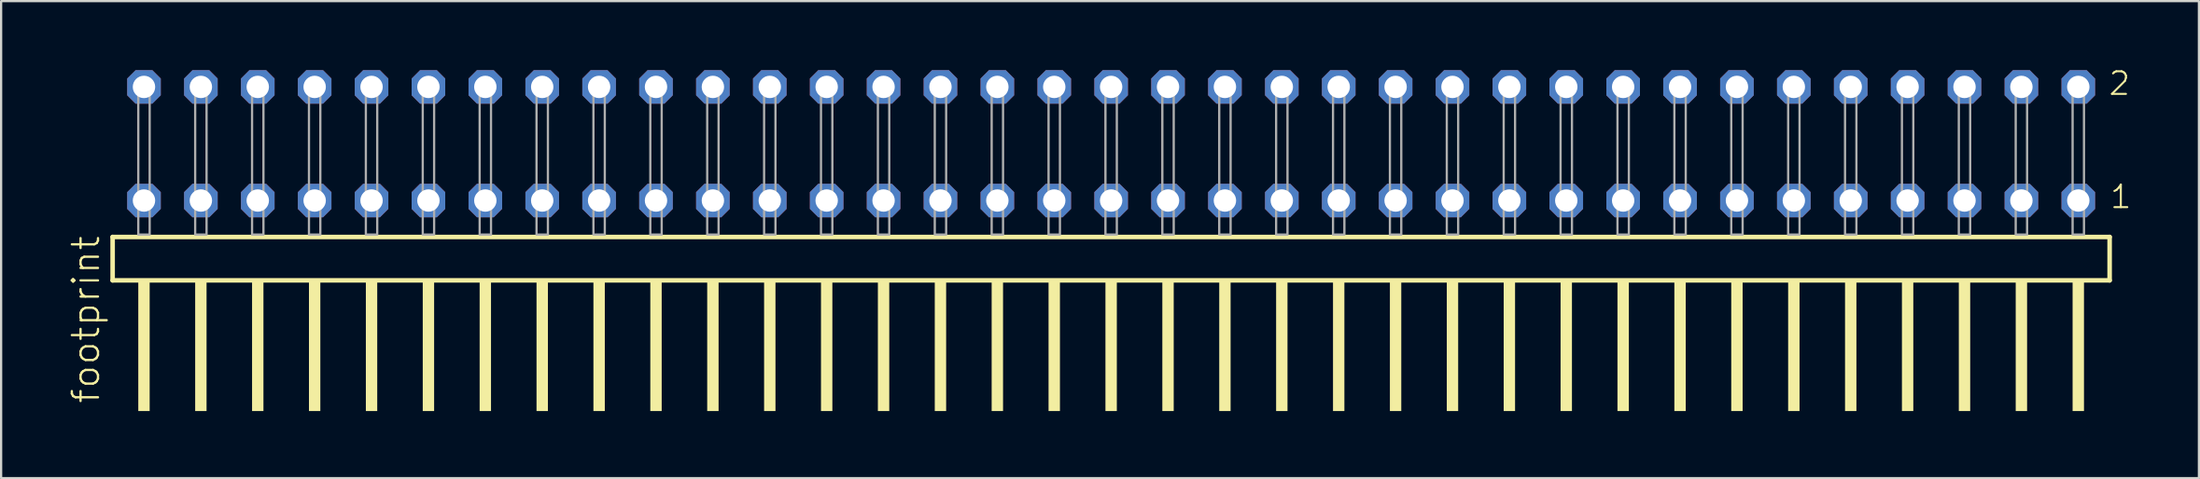
<source format=kicad_pcb>
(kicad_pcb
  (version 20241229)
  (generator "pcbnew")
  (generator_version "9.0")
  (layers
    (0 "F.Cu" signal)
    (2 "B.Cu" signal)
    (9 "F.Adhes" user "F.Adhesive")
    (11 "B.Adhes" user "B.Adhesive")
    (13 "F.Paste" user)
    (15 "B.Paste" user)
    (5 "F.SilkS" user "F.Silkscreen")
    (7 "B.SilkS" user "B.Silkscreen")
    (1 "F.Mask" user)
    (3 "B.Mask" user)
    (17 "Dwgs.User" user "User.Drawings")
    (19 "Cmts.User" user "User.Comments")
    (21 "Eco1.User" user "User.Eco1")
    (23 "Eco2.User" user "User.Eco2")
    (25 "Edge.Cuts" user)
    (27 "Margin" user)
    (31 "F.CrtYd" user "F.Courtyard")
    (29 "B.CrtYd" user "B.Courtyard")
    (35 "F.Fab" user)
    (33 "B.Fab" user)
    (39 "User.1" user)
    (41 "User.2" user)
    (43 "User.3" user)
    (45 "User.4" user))
  (footprint "footprint"
    (layer "F.Cu")
    (at 46.558 7.441)
    (property "Reference" "footprint" (at -45.085 7.62 90) (layer "F.SilkS") (effects (font (size 1.168 1.168) (thickness 0.102)) (justify left bottom)))
    (fp_line (start -44.579 0.106) (end -44.579 2.046) (stroke (width 0.203) (type solid)) (layer "F.SilkS"))
    (fp_line (start -44.579 2.046) (end 44.579 2.046) (stroke (width 0.203) (type solid)) (layer "F.SilkS"))
    (fp_line (start 44.579 0.106) (end -44.579 0.106) (stroke (width 0.203) (type solid)) (layer "F.SilkS"))
    (fp_line (start 44.579 2.046) (end 44.579 0.106) (stroke (width 0.203) (type solid)) (layer "F.SilkS"))
    (fp_poly (pts (xy -43.434 7.89) (xy -42.926 7.89) (xy -42.926 2.04) (xy -43.434 2.04)) (stroke (width 0) (type solid)) (fill yes) (layer "F.SilkS"))
    (fp_poly (pts (xy -40.894 7.89) (xy -40.386 7.89) (xy -40.386 2.04) (xy -40.894 2.04)) (stroke (width 0) (type solid)) (fill yes) (layer "F.SilkS"))
    (fp_poly (pts (xy -38.354 7.89) (xy -37.846 7.89) (xy -37.846 2.04) (xy -38.354 2.04)) (stroke (width 0) (type solid)) (fill yes) (layer "F.SilkS"))
    (fp_poly (pts (xy -35.814 7.89) (xy -35.306 7.89) (xy -35.306 2.04) (xy -35.814 2.04)) (stroke (width 0) (type solid)) (fill yes) (layer "F.SilkS"))
    (fp_poly (pts (xy -33.274 7.89) (xy -32.766 7.89) (xy -32.766 2.04) (xy -33.274 2.04)) (stroke (width 0) (type solid)) (fill yes) (layer "F.SilkS"))
    (fp_poly (pts (xy -30.734 7.89) (xy -30.226 7.89) (xy -30.226 2.04) (xy -30.734 2.04)) (stroke (width 0) (type solid)) (fill yes) (layer "F.SilkS"))
    (fp_poly (pts (xy -28.194 7.89) (xy -27.686 7.89) (xy -27.686 2.04) (xy -28.194 2.04)) (stroke (width 0) (type solid)) (fill yes) (layer "F.SilkS"))
    (fp_poly (pts (xy -25.654 7.89) (xy -25.146 7.89) (xy -25.146 2.04) (xy -25.654 2.04)) (stroke (width 0) (type solid)) (fill yes) (layer "F.SilkS"))
    (fp_poly (pts (xy -23.114 7.89) (xy -22.606 7.89) (xy -22.606 2.04) (xy -23.114 2.04)) (stroke (width 0) (type solid)) (fill yes) (layer "F.SilkS"))
    (fp_poly (pts (xy -20.574 7.89) (xy -20.066 7.89) (xy -20.066 2.04) (xy -20.574 2.04)) (stroke (width 0) (type solid)) (fill yes) (layer "F.SilkS"))
    (fp_poly (pts (xy -18.034 7.89) (xy -17.526 7.89) (xy -17.526 2.04) (xy -18.034 2.04)) (stroke (width 0) (type solid)) (fill yes) (layer "F.SilkS"))
    (fp_poly (pts (xy -15.494 7.89) (xy -14.986 7.89) (xy -14.986 2.04) (xy -15.494 2.04)) (stroke (width 0) (type solid)) (fill yes) (layer "F.SilkS"))
    (fp_poly (pts (xy -12.954 7.89) (xy -12.446 7.89) (xy -12.446 2.04) (xy -12.954 2.04)) (stroke (width 0) (type solid)) (fill yes) (layer "F.SilkS"))
    (fp_poly (pts (xy -10.414 7.89) (xy -9.906 7.89) (xy -9.906 2.04) (xy -10.414 2.04)) (stroke (width 0) (type solid)) (fill yes) (layer "F.SilkS"))
    (fp_poly (pts (xy -7.874 7.89) (xy -7.366 7.89) (xy -7.366 2.04) (xy -7.874 2.04)) (stroke (width 0) (type solid)) (fill yes) (layer "F.SilkS"))
    (fp_poly (pts (xy -5.334 7.89) (xy -4.826 7.89) (xy -4.826 2.04) (xy -5.334 2.04)) (stroke (width 0) (type solid)) (fill yes) (layer "F.SilkS"))
    (fp_poly (pts (xy -2.794 7.89) (xy -2.286 7.89) (xy -2.286 2.04) (xy -2.794 2.04)) (stroke (width 0) (type solid)) (fill yes) (layer "F.SilkS"))
    (fp_poly (pts (xy -0.254 7.89) (xy 0.254 7.89) (xy 0.254 2.04) (xy -0.254 2.04)) (stroke (width 0) (type solid)) (fill yes) (layer "F.SilkS"))
    (fp_poly (pts (xy 2.286 7.89) (xy 2.794 7.89) (xy 2.794 2.04) (xy 2.286 2.04)) (stroke (width 0) (type solid)) (fill yes) (layer "F.SilkS"))
    (fp_poly (pts (xy 4.826 7.89) (xy 5.334 7.89) (xy 5.334 2.04) (xy 4.826 2.04)) (stroke (width 0) (type solid)) (fill yes) (layer "F.SilkS"))
    (fp_poly (pts (xy 7.366 7.89) (xy 7.874 7.89) (xy 7.874 2.04) (xy 7.366 2.04)) (stroke (width 0) (type solid)) (fill yes) (layer "F.SilkS"))
    (fp_poly (pts (xy 9.906 7.89) (xy 10.414 7.89) (xy 10.414 2.04) (xy 9.906 2.04)) (stroke (width 0) (type solid)) (fill yes) (layer "F.SilkS"))
    (fp_poly (pts (xy 12.446 7.89) (xy 12.954 7.89) (xy 12.954 2.04) (xy 12.446 2.04)) (stroke (width 0) (type solid)) (fill yes) (layer "F.SilkS"))
    (fp_poly (pts (xy 14.986 7.89) (xy 15.494 7.89) (xy 15.494 2.04) (xy 14.986 2.04)) (stroke (width 0) (type solid)) (fill yes) (layer "F.SilkS"))
    (fp_poly (pts (xy 17.526 7.89) (xy 18.034 7.89) (xy 18.034 2.04) (xy 17.526 2.04)) (stroke (width 0) (type solid)) (fill yes) (layer "F.SilkS"))
    (fp_poly (pts (xy 20.066 7.89) (xy 20.574 7.89) (xy 20.574 2.04) (xy 20.066 2.04)) (stroke (width 0) (type solid)) (fill yes) (layer "F.SilkS"))
    (fp_poly (pts (xy 22.606 7.89) (xy 23.114 7.89) (xy 23.114 2.04) (xy 22.606 2.04)) (stroke (width 0) (type solid)) (fill yes) (layer "F.SilkS"))
    (fp_poly (pts (xy 25.146 7.89) (xy 25.654 7.89) (xy 25.654 2.04) (xy 25.146 2.04)) (stroke (width 0) (type solid)) (fill yes) (layer "F.SilkS"))
    (fp_poly (pts (xy 27.686 7.89) (xy 28.194 7.89) (xy 28.194 2.04) (xy 27.686 2.04)) (stroke (width 0) (type solid)) (fill yes) (layer "F.SilkS"))
    (fp_poly (pts (xy 30.226 7.89) (xy 30.734 7.89) (xy 30.734 2.04) (xy 30.226 2.04)) (stroke (width 0) (type solid)) (fill yes) (layer "F.SilkS"))
    (fp_poly (pts (xy 32.766 7.89) (xy 33.274 7.89) (xy 33.274 2.04) (xy 32.766 2.04)) (stroke (width 0) (type solid)) (fill yes) (layer "F.SilkS"))
    (fp_poly (pts (xy 35.306 7.89) (xy 35.814 7.89) (xy 35.814 2.04) (xy 35.306 2.04)) (stroke (width 0) (type solid)) (fill yes) (layer "F.SilkS"))
    (fp_poly (pts (xy 37.846 7.89) (xy 38.354 7.89) (xy 38.354 2.04) (xy 37.846 2.04)) (stroke (width 0) (type solid)) (fill yes) (layer "F.SilkS"))
    (fp_poly (pts (xy 40.386 7.89) (xy 40.894 7.89) (xy 40.894 2.04) (xy 40.386 2.04)) (stroke (width 0) (type solid)) (fill yes) (layer "F.SilkS"))
    (fp_poly (pts (xy 42.926 7.89) (xy 43.434 7.89) (xy 43.434 2.04) (xy 42.926 2.04)) (stroke (width 0) (type solid)) (fill yes) (layer "F.SilkS"))
    (fp_poly (pts (xy -43.434 0) (xy -42.926 0) (xy -42.926 -6.858) (xy -43.434 -6.858)) (stroke (width 0.1) (type solid)) (fill no) (layer "F.Fab"))
    (fp_poly (pts (xy -40.894 0) (xy -40.386 0) (xy -40.386 -6.858) (xy -40.894 -6.858)) (stroke (width 0.1) (type solid)) (fill no) (layer "F.Fab"))
    (fp_poly (pts (xy -38.354 0) (xy -37.846 0) (xy -37.846 -6.858) (xy -38.354 -6.858)) (stroke (width 0.1) (type solid)) (fill no) (layer "F.Fab"))
    (fp_poly (pts (xy -35.814 0) (xy -35.306 0) (xy -35.306 -6.858) (xy -35.814 -6.858)) (stroke (width 0.1) (type solid)) (fill no) (layer "F.Fab"))
    (fp_poly (pts (xy -33.274 0) (xy -32.766 0) (xy -32.766 -6.858) (xy -33.274 -6.858)) (stroke (width 0.1) (type solid)) (fill no) (layer "F.Fab"))
    (fp_poly (pts (xy -30.734 0) (xy -30.226 0) (xy -30.226 -6.858) (xy -30.734 -6.858)) (stroke (width 0.1) (type solid)) (fill no) (layer "F.Fab"))
    (fp_poly (pts (xy -28.194 0) (xy -27.686 0) (xy -27.686 -6.858) (xy -28.194 -6.858)) (stroke (width 0.1) (type solid)) (fill no) (layer "F.Fab"))
    (fp_poly (pts (xy -25.654 0) (xy -25.146 0) (xy -25.146 -6.858) (xy -25.654 -6.858)) (stroke (width 0.1) (type solid)) (fill no) (layer "F.Fab"))
    (fp_poly (pts (xy -23.114 0) (xy -22.606 0) (xy -22.606 -6.858) (xy -23.114 -6.858)) (stroke (width 0.1) (type solid)) (fill no) (layer "F.Fab"))
    (fp_poly (pts (xy -20.574 0) (xy -20.066 0) (xy -20.066 -6.858) (xy -20.574 -6.858)) (stroke (width 0.1) (type solid)) (fill no) (layer "F.Fab"))
    (fp_poly (pts (xy -18.034 0) (xy -17.526 0) (xy -17.526 -6.858) (xy -18.034 -6.858)) (stroke (width 0.1) (type solid)) (fill no) (layer "F.Fab"))
    (fp_poly (pts (xy -15.494 0) (xy -14.986 0) (xy -14.986 -6.858) (xy -15.494 -6.858)) (stroke (width 0.1) (type solid)) (fill no) (layer "F.Fab"))
    (fp_poly (pts (xy -12.954 0) (xy -12.446 0) (xy -12.446 -6.858) (xy -12.954 -6.858)) (stroke (width 0.1) (type solid)) (fill no) (layer "F.Fab"))
    (fp_poly (pts (xy -10.414 0) (xy -9.906 0) (xy -9.906 -6.858) (xy -10.414 -6.858)) (stroke (width 0.1) (type solid)) (fill no) (layer "F.Fab"))
    (fp_poly (pts (xy -7.874 0) (xy -7.366 0) (xy -7.366 -6.858) (xy -7.874 -6.858)) (stroke (width 0.1) (type solid)) (fill no) (layer "F.Fab"))
    (fp_poly (pts (xy -5.334 0) (xy -4.826 0) (xy -4.826 -6.858) (xy -5.334 -6.858)) (stroke (width 0.1) (type solid)) (fill no) (layer "F.Fab"))
    (fp_poly (pts (xy -2.794 0) (xy -2.286 0) (xy -2.286 -6.858) (xy -2.794 -6.858)) (stroke (width 0.1) (type solid)) (fill no) (layer "F.Fab"))
    (fp_poly (pts (xy -0.254 0) (xy 0.254 0) (xy 0.254 -6.858) (xy -0.254 -6.858)) (stroke (width 0.1) (type solid)) (fill no) (layer "F.Fab"))
    (fp_poly (pts (xy 2.286 0) (xy 2.794 0) (xy 2.794 -6.858) (xy 2.286 -6.858)) (stroke (width 0.1) (type solid)) (fill no) (layer "F.Fab"))
    (fp_poly (pts (xy 4.826 0) (xy 5.334 0) (xy 5.334 -6.858) (xy 4.826 -6.858)) (stroke (width 0.1) (type solid)) (fill no) (layer "F.Fab"))
    (fp_poly (pts (xy 7.366 0) (xy 7.874 0) (xy 7.874 -6.858) (xy 7.366 -6.858)) (stroke (width 0.1) (type solid)) (fill no) (layer "F.Fab"))
    (fp_poly (pts (xy 9.906 0) (xy 10.414 0) (xy 10.414 -6.858) (xy 9.906 -6.858)) (stroke (width 0.1) (type solid)) (fill no) (layer "F.Fab"))
    (fp_poly (pts (xy 12.446 0) (xy 12.954 0) (xy 12.954 -6.858) (xy 12.446 -6.858)) (stroke (width 0.1) (type solid)) (fill no) (layer "F.Fab"))
    (fp_poly (pts (xy 14.986 0) (xy 15.494 0) (xy 15.494 -6.858) (xy 14.986 -6.858)) (stroke (width 0.1) (type solid)) (fill no) (layer "F.Fab"))
    (fp_poly (pts (xy 17.526 0) (xy 18.034 0) (xy 18.034 -6.858) (xy 17.526 -6.858)) (stroke (width 0.1) (type solid)) (fill no) (layer "F.Fab"))
    (fp_poly (pts (xy 20.066 0) (xy 20.574 0) (xy 20.574 -6.858) (xy 20.066 -6.858)) (stroke (width 0.1) (type solid)) (fill no) (layer "F.Fab"))
    (fp_poly (pts (xy 22.606 0) (xy 23.114 0) (xy 23.114 -6.858) (xy 22.606 -6.858)) (stroke (width 0.1) (type solid)) (fill no) (layer "F.Fab"))
    (fp_poly (pts (xy 25.146 0) (xy 25.654 0) (xy 25.654 -6.858) (xy 25.146 -6.858)) (stroke (width 0.1) (type solid)) (fill no) (layer "F.Fab"))
    (fp_poly (pts (xy 27.686 0) (xy 28.194 0) (xy 28.194 -6.858) (xy 27.686 -6.858)) (stroke (width 0.1) (type solid)) (fill no) (layer "F.Fab"))
    (fp_poly (pts (xy 30.226 0) (xy 30.734 0) (xy 30.734 -6.858) (xy 30.226 -6.858)) (stroke (width 0.1) (type solid)) (fill no) (layer "F.Fab"))
    (fp_poly (pts (xy 32.766 0) (xy 33.274 0) (xy 33.274 -6.858) (xy 32.766 -6.858)) (stroke (width 0.1) (type solid)) (fill no) (layer "F.Fab"))
    (fp_poly (pts (xy 35.306 0) (xy 35.814 0) (xy 35.814 -6.858) (xy 35.306 -6.858)) (stroke (width 0.1) (type solid)) (fill no) (layer "F.Fab"))
    (fp_poly (pts (xy 37.846 0) (xy 38.354 0) (xy 38.354 -6.858) (xy 37.846 -6.858)) (stroke (width 0.1) (type solid)) (fill no) (layer "F.Fab"))
    (fp_poly (pts (xy 40.386 0) (xy 40.894 0) (xy 40.894 -6.858) (xy 40.386 -6.858)) (stroke (width 0.1) (type solid)) (fill no) (layer "F.Fab"))
    (fp_poly (pts (xy 42.926 0) (xy 43.434 0) (xy 43.434 -6.858) (xy 42.926 -6.858)) (stroke (width 0.1) (type solid)) (fill no) (layer "F.Fab"))
    (fp_text user "2" (at 44.48 -6.165 0) (layer "F.SilkS") (effects (font (size 1.012 1.012) (thickness 0.088)) (justify left bottom)))
    (fp_text user "1" (at 44.54 -1.1 0) (layer "F.SilkS") (effects (font (size 1.012 1.012) (thickness 0.088)) (justify left bottom)))
    (pad "1" thru_hole roundrect (at 43.18 -1.524 180) (size 1.5 1.5) (drill 1) (layers "*.Cu" "*.Mask") (roundrect_rratio 0.25) (chamfer_ratio 0.25) (chamfer top_left top_right bottom_left bottom_right))
    (pad "2" thru_hole roundrect (at 43.18 -6.604 180) (size 1.5 1.5) (drill 1) (layers "*.Cu" "*.Mask") (roundrect_rratio 0.25) (chamfer_ratio 0.25) (chamfer top_left top_right bottom_left bottom_right))
    (pad "3" thru_hole roundrect (at 40.64 -1.524 180) (size 1.5 1.5) (drill 1) (layers "*.Cu" "*.Mask") (roundrect_rratio 0.25) (chamfer_ratio 0.25) (chamfer top_left top_right bottom_left bottom_right))
    (pad "4" thru_hole roundrect (at 40.64 -6.604 180) (size 1.5 1.5) (drill 1) (layers "*.Cu" "*.Mask") (roundrect_rratio 0.25) (chamfer_ratio 0.25) (chamfer top_left top_right bottom_left bottom_right))
    (pad "5" thru_hole roundrect (at 38.1 -1.524 180) (size 1.5 1.5) (drill 1) (layers "*.Cu" "*.Mask") (roundrect_rratio 0.25) (chamfer_ratio 0.25) (chamfer top_left top_right bottom_left bottom_right))
    (pad "6" thru_hole roundrect (at 38.1 -6.604 180) (size 1.5 1.5) (drill 1) (layers "*.Cu" "*.Mask") (roundrect_rratio 0.25) (chamfer_ratio 0.25) (chamfer top_left top_right bottom_left bottom_right))
    (pad "7" thru_hole roundrect (at 35.56 -1.524 180) (size 1.5 1.5) (drill 1) (layers "*.Cu" "*.Mask") (roundrect_rratio 0.25) (chamfer_ratio 0.25) (chamfer top_left top_right bottom_left bottom_right))
    (pad "8" thru_hole roundrect (at 35.56 -6.604 180) (size 1.5 1.5) (drill 1) (layers "*.Cu" "*.Mask") (roundrect_rratio 0.25) (chamfer_ratio 0.25) (chamfer top_left top_right bottom_left bottom_right))
    (pad "9" thru_hole roundrect (at 33.02 -1.524 180) (size 1.5 1.5) (drill 1) (layers "*.Cu" "*.Mask") (roundrect_rratio 0.25) (chamfer_ratio 0.25) (chamfer top_left top_right bottom_left bottom_right))
    (pad "10" thru_hole roundrect (at 33.02 -6.604 180) (size 1.5 1.5) (drill 1) (layers "*.Cu" "*.Mask") (roundrect_rratio 0.25) (chamfer_ratio 0.25) (chamfer top_left top_right bottom_left bottom_right))
    (pad "11" thru_hole roundrect (at 30.48 -1.524 180) (size 1.5 1.5) (drill 1) (layers "*.Cu" "*.Mask") (roundrect_rratio 0.25) (chamfer_ratio 0.25) (chamfer top_left top_right bottom_left bottom_right))
    (pad "12" thru_hole roundrect (at 30.48 -6.604 180) (size 1.5 1.5) (drill 1) (layers "*.Cu" "*.Mask") (roundrect_rratio 0.25) (chamfer_ratio 0.25) (chamfer top_left top_right bottom_left bottom_right))
    (pad "13" thru_hole roundrect (at 27.94 -1.524 180) (size 1.5 1.5) (drill 1) (layers "*.Cu" "*.Mask") (roundrect_rratio 0.25) (chamfer_ratio 0.25) (chamfer top_left top_right bottom_left bottom_right))
    (pad "14" thru_hole roundrect (at 27.94 -6.604 180) (size 1.5 1.5) (drill 1) (layers "*.Cu" "*.Mask") (roundrect_rratio 0.25) (chamfer_ratio 0.25) (chamfer top_left top_right bottom_left bottom_right))
    (pad "15" thru_hole roundrect (at 25.4 -1.524 180) (size 1.5 1.5) (drill 1) (layers "*.Cu" "*.Mask") (roundrect_rratio 0.25) (chamfer_ratio 0.25) (chamfer top_left top_right bottom_left bottom_right))
    (pad "16" thru_hole roundrect (at 25.4 -6.604 180) (size 1.5 1.5) (drill 1) (layers "*.Cu" "*.Mask") (roundrect_rratio 0.25) (chamfer_ratio 0.25) (chamfer top_left top_right bottom_left bottom_right))
    (pad "17" thru_hole roundrect (at 22.86 -1.524 180) (size 1.5 1.5) (drill 1) (layers "*.Cu" "*.Mask") (roundrect_rratio 0.25) (chamfer_ratio 0.25) (chamfer top_left top_right bottom_left bottom_right))
    (pad "18" thru_hole roundrect (at 22.86 -6.604 180) (size 1.5 1.5) (drill 1) (layers "*.Cu" "*.Mask") (roundrect_rratio 0.25) (chamfer_ratio 0.25) (chamfer top_left top_right bottom_left bottom_right))
    (pad "19" thru_hole roundrect (at 20.32 -1.524 180) (size 1.5 1.5) (drill 1) (layers "*.Cu" "*.Mask") (roundrect_rratio 0.25) (chamfer_ratio 0.25) (chamfer top_left top_right bottom_left bottom_right))
    (pad "20" thru_hole roundrect (at 20.32 -6.604 180) (size 1.5 1.5) (drill 1) (layers "*.Cu" "*.Mask") (roundrect_rratio 0.25) (chamfer_ratio 0.25) (chamfer top_left top_right bottom_left bottom_right))
    (pad "21" thru_hole roundrect (at 17.78 -1.524 180) (size 1.5 1.5) (drill 1) (layers "*.Cu" "*.Mask") (roundrect_rratio 0.25) (chamfer_ratio 0.25) (chamfer top_left top_right bottom_left bottom_right))
    (pad "22" thru_hole roundrect (at 17.78 -6.604 180) (size 1.5 1.5) (drill 1) (layers "*.Cu" "*.Mask") (roundrect_rratio 0.25) (chamfer_ratio 0.25) (chamfer top_left top_right bottom_left bottom_right))
    (pad "23" thru_hole roundrect (at 15.24 -1.524 180) (size 1.5 1.5) (drill 1) (layers "*.Cu" "*.Mask") (roundrect_rratio 0.25) (chamfer_ratio 0.25) (chamfer top_left top_right bottom_left bottom_right))
    (pad "24" thru_hole roundrect (at 15.24 -6.604 180) (size 1.5 1.5) (drill 1) (layers "*.Cu" "*.Mask") (roundrect_rratio 0.25) (chamfer_ratio 0.25) (chamfer top_left top_right bottom_left bottom_right))
    (pad "25" thru_hole roundrect (at 12.7 -1.524 180) (size 1.5 1.5) (drill 1) (layers "*.Cu" "*.Mask") (roundrect_rratio 0.25) (chamfer_ratio 0.25) (chamfer top_left top_right bottom_left bottom_right))
    (pad "26" thru_hole roundrect (at 12.7 -6.604 180) (size 1.5 1.5) (drill 1) (layers "*.Cu" "*.Mask") (roundrect_rratio 0.25) (chamfer_ratio 0.25) (chamfer top_left top_right bottom_left bottom_right))
    (pad "27" thru_hole roundrect (at 10.16 -1.524 180) (size 1.5 1.5) (drill 1) (layers "*.Cu" "*.Mask") (roundrect_rratio 0.25) (chamfer_ratio 0.25) (chamfer top_left top_right bottom_left bottom_right))
    (pad "28" thru_hole roundrect (at 10.16 -6.604 180) (size 1.5 1.5) (drill 1) (layers "*.Cu" "*.Mask") (roundrect_rratio 0.25) (chamfer_ratio 0.25) (chamfer top_left top_right bottom_left bottom_right))
    (pad "29" thru_hole roundrect (at 7.62 -1.524 180) (size 1.5 1.5) (drill 1) (layers "*.Cu" "*.Mask") (roundrect_rratio 0.25) (chamfer_ratio 0.25) (chamfer top_left top_right bottom_left bottom_right))
    (pad "30" thru_hole roundrect (at 7.62 -6.604 180) (size 1.5 1.5) (drill 1) (layers "*.Cu" "*.Mask") (roundrect_rratio 0.25) (chamfer_ratio 0.25) (chamfer top_left top_right bottom_left bottom_right))
    (pad "31" thru_hole roundrect (at 5.08 -1.524 180) (size 1.5 1.5) (drill 1) (layers "*.Cu" "*.Mask") (roundrect_rratio 0.25) (chamfer_ratio 0.25) (chamfer top_left top_right bottom_left bottom_right))
    (pad "32" thru_hole roundrect (at 5.08 -6.604 180) (size 1.5 1.5) (drill 1) (layers "*.Cu" "*.Mask") (roundrect_rratio 0.25) (chamfer_ratio 0.25) (chamfer top_left top_right bottom_left bottom_right))
    (pad "33" thru_hole roundrect (at 2.54 -1.524 180) (size 1.5 1.5) (drill 1) (layers "*.Cu" "*.Mask") (roundrect_rratio 0.25) (chamfer_ratio 0.25) (chamfer top_left top_right bottom_left bottom_right))
    (pad "34" thru_hole roundrect (at 2.54 -6.604 180) (size 1.5 1.5) (drill 1) (layers "*.Cu" "*.Mask") (roundrect_rratio 0.25) (chamfer_ratio 0.25) (chamfer top_left top_right bottom_left bottom_right))
    (pad "35" thru_hole roundrect (at 0 -1.524 180) (size 1.5 1.5) (drill 1) (layers "*.Cu" "*.Mask") (roundrect_rratio 0.25) (chamfer_ratio 0.25) (chamfer top_left top_right bottom_left bottom_right))
    (pad "36" thru_hole roundrect (at 0 -6.604 180) (size 1.5 1.5) (drill 1) (layers "*.Cu" "*.Mask") (roundrect_rratio 0.25) (chamfer_ratio 0.25) (chamfer top_left top_right bottom_left bottom_right))
    (pad "37" thru_hole roundrect (at -2.54 -1.524 180) (size 1.5 1.5) (drill 1) (layers "*.Cu" "*.Mask") (roundrect_rratio 0.25) (chamfer_ratio 0.25) (chamfer top_left top_right bottom_left bottom_right))
    (pad "38" thru_hole roundrect (at -2.54 -6.604 180) (size 1.5 1.5) (drill 1) (layers "*.Cu" "*.Mask") (roundrect_rratio 0.25) (chamfer_ratio 0.25) (chamfer top_left top_right bottom_left bottom_right))
    (pad "39" thru_hole roundrect (at -5.08 -1.524 180) (size 1.5 1.5) (drill 1) (layers "*.Cu" "*.Mask") (roundrect_rratio 0.25) (chamfer_ratio 0.25) (chamfer top_left top_right bottom_left bottom_right))
    (pad "40" thru_hole roundrect (at -5.08 -6.604 180) (size 1.5 1.5) (drill 1) (layers "*.Cu" "*.Mask") (roundrect_rratio 0.25) (chamfer_ratio 0.25) (chamfer top_left top_right bottom_left bottom_right))
    (pad "41" thru_hole roundrect (at -7.62 -1.524 180) (size 1.5 1.5) (drill 1) (layers "*.Cu" "*.Mask") (roundrect_rratio 0.25) (chamfer_ratio 0.25) (chamfer top_left top_right bottom_left bottom_right))
    (pad "42" thru_hole roundrect (at -7.62 -6.604 180) (size 1.5 1.5) (drill 1) (layers "*.Cu" "*.Mask") (roundrect_rratio 0.25) (chamfer_ratio 0.25) (chamfer top_left top_right bottom_left bottom_right))
    (pad "43" thru_hole roundrect (at -10.16 -1.524 180) (size 1.5 1.5) (drill 1) (layers "*.Cu" "*.Mask") (roundrect_rratio 0.25) (chamfer_ratio 0.25) (chamfer top_left top_right bottom_left bottom_right))
    (pad "44" thru_hole roundrect (at -10.16 -6.604 180) (size 1.5 1.5) (drill 1) (layers "*.Cu" "*.Mask") (roundrect_rratio 0.25) (chamfer_ratio 0.25) (chamfer top_left top_right bottom_left bottom_right))
    (pad "45" thru_hole roundrect (at -12.7 -1.524 180) (size 1.5 1.5) (drill 1) (layers "*.Cu" "*.Mask") (roundrect_rratio 0.25) (chamfer_ratio 0.25) (chamfer top_left top_right bottom_left bottom_right))
    (pad "46" thru_hole roundrect (at -12.7 -6.604 180) (size 1.5 1.5) (drill 1) (layers "*.Cu" "*.Mask") (roundrect_rratio 0.25) (chamfer_ratio 0.25) (chamfer top_left top_right bottom_left bottom_right))
    (pad "47" thru_hole roundrect (at -15.24 -1.524 180) (size 1.5 1.5) (drill 1) (layers "*.Cu" "*.Mask") (roundrect_rratio 0.25) (chamfer_ratio 0.25) (chamfer top_left top_right bottom_left bottom_right))
    (pad "48" thru_hole roundrect (at -15.24 -6.604 180) (size 1.5 1.5) (drill 1) (layers "*.Cu" "*.Mask") (roundrect_rratio 0.25) (chamfer_ratio 0.25) (chamfer top_left top_right bottom_left bottom_right))
    (pad "49" thru_hole roundrect (at -17.78 -1.524 180) (size 1.5 1.5) (drill 1) (layers "*.Cu" "*.Mask") (roundrect_rratio 0.25) (chamfer_ratio 0.25) (chamfer top_left top_right bottom_left bottom_right))
    (pad "50" thru_hole roundrect (at -17.78 -6.604 180) (size 1.5 1.5) (drill 1) (layers "*.Cu" "*.Mask") (roundrect_rratio 0.25) (chamfer_ratio 0.25) (chamfer top_left top_right bottom_left bottom_right))
    (pad "51" thru_hole roundrect (at -20.32 -1.524 180) (size 1.5 1.5) (drill 1) (layers "*.Cu" "*.Mask") (roundrect_rratio 0.25) (chamfer_ratio 0.25) (chamfer top_left top_right bottom_left bottom_right))
    (pad "52" thru_hole roundrect (at -20.32 -6.604 180) (size 1.5 1.5) (drill 1) (layers "*.Cu" "*.Mask") (roundrect_rratio 0.25) (chamfer_ratio 0.25) (chamfer top_left top_right bottom_left bottom_right))
    (pad "53" thru_hole roundrect (at -22.86 -1.524 180) (size 1.5 1.5) (drill 1) (layers "*.Cu" "*.Mask") (roundrect_rratio 0.25) (chamfer_ratio 0.25) (chamfer top_left top_right bottom_left bottom_right))
    (pad "54" thru_hole roundrect (at -22.86 -6.604 180) (size 1.5 1.5) (drill 1) (layers "*.Cu" "*.Mask") (roundrect_rratio 0.25) (chamfer_ratio 0.25) (chamfer top_left top_right bottom_left bottom_right))
    (pad "55" thru_hole roundrect (at -25.4 -1.524 180) (size 1.5 1.5) (drill 1) (layers "*.Cu" "*.Mask") (roundrect_rratio 0.25) (chamfer_ratio 0.25) (chamfer top_left top_right bottom_left bottom_right))
    (pad "56" thru_hole roundrect (at -25.4 -6.604 180) (size 1.5 1.5) (drill 1) (layers "*.Cu" "*.Mask") (roundrect_rratio 0.25) (chamfer_ratio 0.25) (chamfer top_left top_right bottom_left bottom_right))
    (pad "57" thru_hole roundrect (at -27.94 -1.524 180) (size 1.5 1.5) (drill 1) (layers "*.Cu" "*.Mask") (roundrect_rratio 0.25) (chamfer_ratio 0.25) (chamfer top_left top_right bottom_left bottom_right))
    (pad "58" thru_hole roundrect (at -27.94 -6.604 180) (size 1.5 1.5) (drill 1) (layers "*.Cu" "*.Mask") (roundrect_rratio 0.25) (chamfer_ratio 0.25) (chamfer top_left top_right bottom_left bottom_right))
    (pad "59" thru_hole roundrect (at -30.48 -1.524 180) (size 1.5 1.5) (drill 1) (layers "*.Cu" "*.Mask") (roundrect_rratio 0.25) (chamfer_ratio 0.25) (chamfer top_left top_right bottom_left bottom_right))
    (pad "60" thru_hole roundrect (at -30.48 -6.604 180) (size 1.5 1.5) (drill 1) (layers "*.Cu" "*.Mask") (roundrect_rratio 0.25) (chamfer_ratio 0.25) (chamfer top_left top_right bottom_left bottom_right))
    (pad "61" thru_hole roundrect (at -33.02 -1.524 180) (size 1.5 1.5) (drill 1) (layers "*.Cu" "*.Mask") (roundrect_rratio 0.25) (chamfer_ratio 0.25) (chamfer top_left top_right bottom_left bottom_right))
    (pad "62" thru_hole roundrect (at -33.02 -6.604 180) (size 1.5 1.5) (drill 1) (layers "*.Cu" "*.Mask") (roundrect_rratio 0.25) (chamfer_ratio 0.25) (chamfer top_left top_right bottom_left bottom_right))
    (pad "63" thru_hole roundrect (at -35.56 -1.524 180) (size 1.5 1.5) (drill 1) (layers "*.Cu" "*.Mask") (roundrect_rratio 0.25) (chamfer_ratio 0.25) (chamfer top_left top_right bottom_left bottom_right))
    (pad "64" thru_hole roundrect (at -35.56 -6.604 180) (size 1.5 1.5) (drill 1) (layers "*.Cu" "*.Mask") (roundrect_rratio 0.25) (chamfer_ratio 0.25) (chamfer top_left top_right bottom_left bottom_right))
    (pad "65" thru_hole roundrect (at -38.1 -1.524 180) (size 1.5 1.5) (drill 1) (layers "*.Cu" "*.Mask") (roundrect_rratio 0.25) (chamfer_ratio 0.25) (chamfer top_left top_right bottom_left bottom_right))
    (pad "66" thru_hole roundrect (at -38.1 -6.604 180) (size 1.5 1.5) (drill 1) (layers "*.Cu" "*.Mask") (roundrect_rratio 0.25) (chamfer_ratio 0.25) (chamfer top_left top_right bottom_left bottom_right))
    (pad "67" thru_hole roundrect (at -40.64 -1.524 180) (size 1.5 1.5) (drill 1) (layers "*.Cu" "*.Mask") (roundrect_rratio 0.25) (chamfer_ratio 0.25) (chamfer top_left top_right bottom_left bottom_right))
    (pad "68" thru_hole roundrect (at -40.64 -6.604 180) (size 1.5 1.5) (drill 1) (layers "*.Cu" "*.Mask") (roundrect_rratio 0.25) (chamfer_ratio 0.25) (chamfer top_left top_right bottom_left bottom_right))
    (pad "69" thru_hole roundrect (at -43.18 -1.524 180) (size 1.5 1.5) (drill 1) (layers "*.Cu" "*.Mask") (roundrect_rratio 0.25) (chamfer_ratio 0.25) (chamfer top_left top_right bottom_left bottom_right))
    (pad "70" thru_hole roundrect (at -43.18 -6.604 180) (size 1.5 1.5) (drill 1) (layers "*.Cu" "*.Mask") (roundrect_rratio 0.25) (chamfer_ratio 0.25) (chamfer top_left top_right bottom_left bottom_right)))
  (gr_rect
    (start -3 -3)
    (end 95.124 18.331)
    (stroke (width 0.1) (type default))
    (fill no)
    (layer "Edge.Cuts")))
</source>
